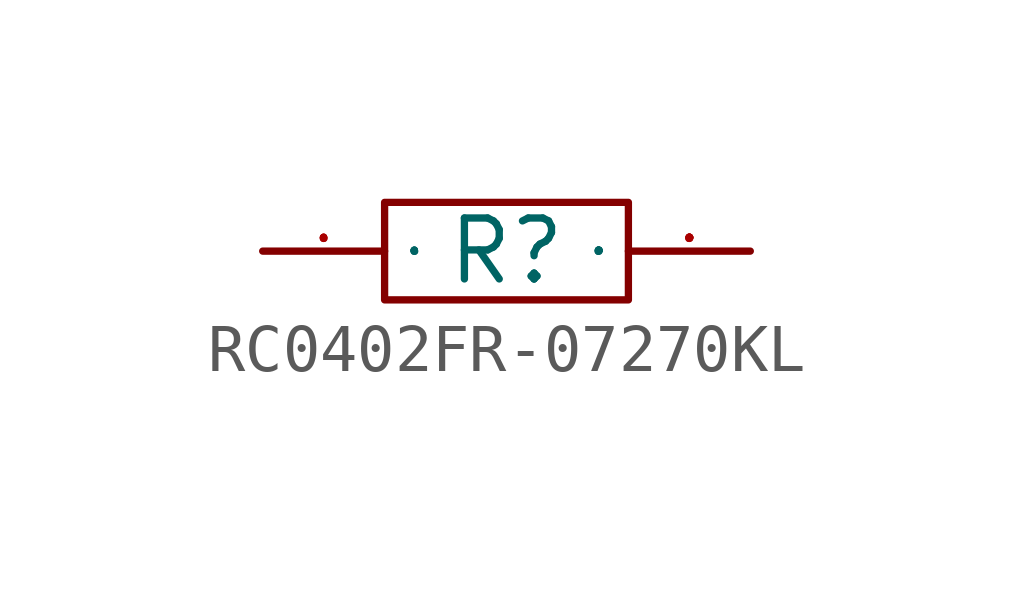
<source format=kicad_sym>
(kicad_symbol_lib
  (version 20241209)
  (generator "kicad_symbol_editor")
  (generator_version "9.0")
  (symbol "RC0402FR-07270KL"
    (property "Reference" "R"
      (at 0 0 0)
      (effects (font (size 1.27 1.27))))
    (symbol "RC0402FR-07270KL_1_0"
      (rectangle (start -2.54 -1.016) (end 2.54 1.016) (stroke (width 0) (type default)) (fill (type none)))
      (pin input line (at -5.08 0 0) (length 2.54) (name "1" (effects (font (size 0.025 0.025)))) (number "1" (effects (font (size 0.025 0.025)))))
      (pin input line (at 5.08 0 180) (length 2.54) (name "2" (effects (font (size 0.025 0.025)))) (number "2" (effects (font (size 0.025 0.025))))))))
</source>
